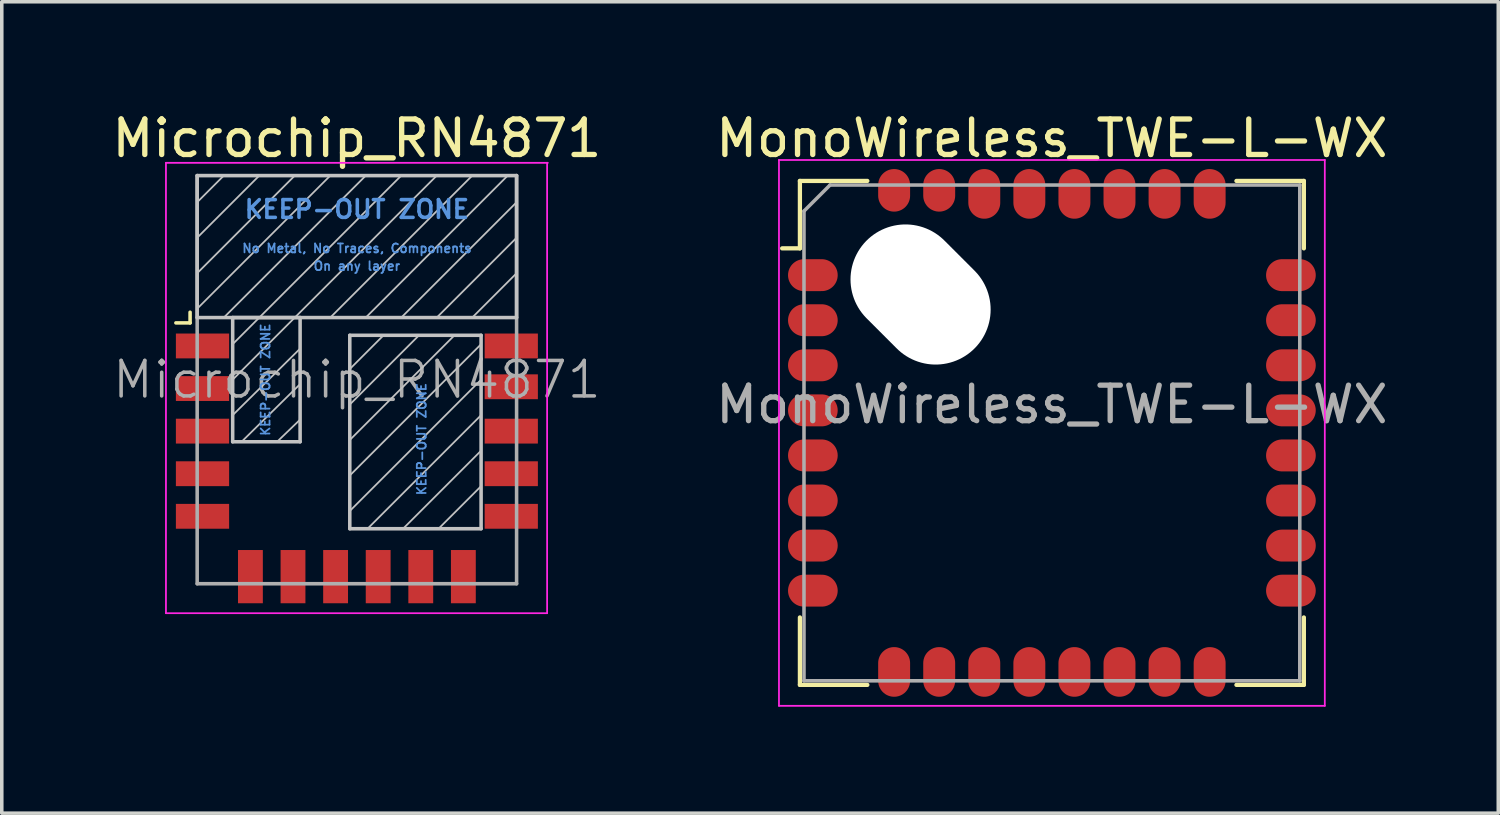
<source format=kicad_pcb>
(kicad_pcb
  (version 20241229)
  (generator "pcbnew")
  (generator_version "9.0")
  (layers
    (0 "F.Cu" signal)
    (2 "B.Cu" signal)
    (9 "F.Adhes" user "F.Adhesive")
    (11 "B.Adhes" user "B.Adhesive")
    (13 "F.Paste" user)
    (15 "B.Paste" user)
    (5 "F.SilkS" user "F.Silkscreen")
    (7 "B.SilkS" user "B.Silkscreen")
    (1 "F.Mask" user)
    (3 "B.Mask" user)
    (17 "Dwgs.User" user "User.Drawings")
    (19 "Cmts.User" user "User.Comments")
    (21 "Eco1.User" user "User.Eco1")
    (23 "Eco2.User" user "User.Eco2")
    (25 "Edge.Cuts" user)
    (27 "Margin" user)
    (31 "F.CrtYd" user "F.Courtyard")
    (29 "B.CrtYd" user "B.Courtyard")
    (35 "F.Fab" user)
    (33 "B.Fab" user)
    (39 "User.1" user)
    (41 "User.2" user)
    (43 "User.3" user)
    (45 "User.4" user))
  (footprint "MonoWireless_TWE-L-WX"
    (layer "F.Cu")
    (at 26.589 9.148)
    (property "Reference" "MonoWireless_TWE-L-WX" (at 0 -8.3 0) (layer "F.SilkS") (effects (font (size 1 1) (thickness 0.15))))
    (attr smd)
    (fp_line (start -7.1 -7.1) (end -7.1 -5.2) (stroke (width 0.12) (type solid)) (layer "F.SilkS"))
    (fp_line (start -7.1 -5.2) (end -7.6 -5.2) (stroke (width 0.12) (type solid)) (layer "F.SilkS"))
    (fp_line (start -7.1 5.2) (end -7.1 7.1) (stroke (width 0.12) (type solid)) (layer "F.SilkS"))
    (fp_line (start -7.1 7.1) (end -5.2 7.1) (stroke (width 0.12) (type solid)) (layer "F.SilkS"))
    (fp_line (start -5.2 -7.1) (end -7.1 -7.1) (stroke (width 0.12) (type solid)) (layer "F.SilkS"))
    (fp_line (start 5.2 -7.1) (end 7.1 -7.1) (stroke (width 0.12) (type solid)) (layer "F.SilkS"))
    (fp_line (start 5.2 7.1) (end 7.1 7.1) (stroke (width 0.12) (type solid)) (layer "F.SilkS"))
    (fp_line (start 7.1 -7.1) (end 7.1 -5.2) (stroke (width 0.12) (type solid)) (layer "F.SilkS"))
    (fp_line (start 7.1 7.1) (end 7.1 5.2) (stroke (width 0.12) (type solid)) (layer "F.SilkS"))
    (fp_line (start -7.69 -7.69) (end -7.69 7.69) (stroke (width 0.05) (type solid)) (layer "F.CrtYd"))
    (fp_line (start -7.69 7.69) (end 7.69 7.69) (stroke (width 0.05) (type solid)) (layer "F.CrtYd"))
    (fp_line (start 7.69 -7.69) (end -7.69 -7.69) (stroke (width 0.05) (type solid)) (layer "F.CrtYd"))
    (fp_line (start 7.69 7.69) (end 7.69 -7.69) (stroke (width 0.05) (type solid)) (layer "F.CrtYd"))
    (fp_line (start -6.985 -6.25) (end -6.985 6.985) (stroke (width 0.1) (type solid)) (layer "F.Fab"))
    (fp_line (start -6.985 6.985) (end 6.985 6.985) (stroke (width 0.1) (type solid)) (layer "F.Fab"))
    (fp_line (start -6.25 -6.985) (end -6.985 -6.25) (stroke (width 0.1) (type solid)) (layer "F.Fab"))
    (fp_line (start 6.985 -6.985) (end -6.25 -6.985) (stroke (width 0.1) (type solid)) (layer "F.Fab"))
    (fp_line (start 6.985 6.985) (end 6.985 -6.985) (stroke (width 0.1) (type solid)) (layer "F.Fab"))
    (fp_text user "${REFERENCE}" (at 0 -0.8 0) (layer "F.Fab") (effects (font (size 1 1) (thickness 0.15))))
    (pad "" np_thru_hole oval (at -3.7 -3.9 315) (size 4.3 3.1) (drill oval 4.3 3.1) (layers "*.Cu" "*.Mask"))
    (pad "1" smd oval (at -6.735 -4.445 90) (size 0.9 1.4) (layers "F.Cu" "F.Mask" "F.Paste"))
    (pad "2" smd oval (at -6.735 -3.175 90) (size 0.9 1.4) (layers "F.Cu" "F.Mask" "F.Paste"))
    (pad "3" smd oval (at -6.735 -1.905 90) (size 0.9 1.4) (layers "F.Cu" "F.Mask" "F.Paste"))
    (pad "4" smd oval (at -6.735 -0.635 90) (size 0.9 1.4) (layers "F.Cu" "F.Mask" "F.Paste"))
    (pad "5" smd oval (at -6.735 0.635 90) (size 0.9 1.4) (layers "F.Cu" "F.Mask" "F.Paste"))
    (pad "6" smd oval (at -6.735 1.905 90) (size 0.9 1.4) (layers "F.Cu" "F.Mask" "F.Paste"))
    (pad "7" smd oval (at -6.735 3.175 90) (size 0.9 1.4) (layers "F.Cu" "F.Mask" "F.Paste"))
    (pad "8" smd oval (at -6.735 4.445 90) (size 0.9 1.4) (layers "F.Cu" "F.Mask" "F.Paste"))
    (pad "9" smd oval (at -4.445 6.735) (size 0.9 1.4) (layers "F.Cu" "F.Mask" "F.Paste"))
    (pad "10" smd oval (at -3.175 6.735) (size 0.9 1.4) (layers "F.Cu" "F.Mask" "F.Paste"))
    (pad "11" smd oval (at -1.905 6.735) (size 0.9 1.4) (layers "F.Cu" "F.Mask" "F.Paste"))
    (pad "12" smd oval (at -0.635 6.735) (size 0.9 1.4) (layers "F.Cu" "F.Mask" "F.Paste"))
    (pad "13" smd oval (at 0.635 6.735) (size 0.9 1.4) (layers "F.Cu" "F.Mask" "F.Paste"))
    (pad "14" smd oval (at 1.905 6.735) (size 0.9 1.4) (layers "F.Cu" "F.Mask" "F.Paste"))
    (pad "15" smd oval (at 3.175 6.735) (size 0.9 1.4) (layers "F.Cu" "F.Mask" "F.Paste"))
    (pad "16" smd oval (at 4.445 6.735) (size 0.9 1.4) (layers "F.Cu" "F.Mask" "F.Paste"))
    (pad "17" smd oval (at 6.735 4.445 90) (size 0.9 1.4) (layers "F.Cu" "F.Mask" "F.Paste"))
    (pad "18" smd oval (at 6.735 3.175 90) (size 0.9 1.4) (layers "F.Cu" "F.Mask" "F.Paste"))
    (pad "19" smd oval (at 6.735 1.905 90) (size 0.9 1.4) (layers "F.Cu" "F.Mask" "F.Paste"))
    (pad "20" smd oval (at 6.735 0.635 90) (size 0.9 1.4) (layers "F.Cu" "F.Mask" "F.Paste"))
    (pad "21" smd oval (at 6.735 -0.635 90) (size 0.9 1.4) (layers "F.Cu" "F.Mask" "F.Paste"))
    (pad "22" smd oval (at 6.735 -1.905 90) (size 0.9 1.4) (layers "F.Cu" "F.Mask" "F.Paste"))
    (pad "23" smd oval (at 6.735 -3.175 90) (size 0.9 1.4) (layers "F.Cu" "F.Mask" "F.Paste"))
    (pad "24" smd oval (at 6.735 -4.445 90) (size 0.9 1.4) (layers "F.Cu" "F.Mask" "F.Paste"))
    (pad "25" smd oval (at 4.445 -6.735) (size 0.9 1.4) (layers "F.Cu" "F.Mask" "F.Paste"))
    (pad "26" smd oval (at 3.175 -6.735) (size 0.9 1.4) (layers "F.Cu" "F.Mask" "F.Paste"))
    (pad "27" smd oval (at 1.905 -6.735) (size 0.9 1.4) (layers "F.Cu" "F.Mask" "F.Paste"))
    (pad "28" smd oval (at 0.635 -6.735) (size 0.9 1.4) (layers "F.Cu" "F.Mask" "F.Paste"))
    (pad "29" smd oval (at -0.635 -6.735) (size 0.9 1.4) (layers "F.Cu" "F.Mask" "F.Paste"))
    (pad "30" smd oval (at -1.905 -6.735) (size 0.9 1.4) (layers "F.Cu" "F.Mask" "F.Paste"))
    (pad "31" smd oval (at -3.175 -6.835) (size 0.9 1.2) (layers "F.Cu" "F.Mask" "F.Paste"))
    (pad "32" smd oval (at -4.445 -6.835) (size 0.9 1.2) (layers "F.Cu" "F.Mask" "F.Paste")))
  (footprint "Microchip_RN4871"
    (layer "F.Cu")
    (at 7.006 10.148)
    (property "Reference" "Microchip_RN4871" (at 0 -9.3 0) (layer "F.SilkS") (effects (font (size 1 1) (thickness 0.15))))
    (attr smd)
    (fp_line (start -5.1 -4.1) (end -4.7 -4.1) (stroke (width 0.1) (type solid)) (layer "F.SilkS"))
    (fp_line (start -4.7 -4.1) (end -4.7 -4.4) (stroke (width 0.1) (type solid)) (layer "F.SilkS"))
    (fp_line (start -4.5 -7.5) (end -3.75 -8.25) (stroke (width 0.05) (type solid)) (layer "Dwgs.User"))
    (fp_line (start -4.5 -6.5) (end -2.75 -8.25) (stroke (width 0.05) (type solid)) (layer "Dwgs.User"))
    (fp_line (start -4.5 -5.5) (end -1.75 -8.25) (stroke (width 0.05) (type solid)) (layer "Dwgs.User"))
    (fp_line (start -4.5 -4.5) (end -0.75 -8.25) (stroke (width 0.05) (type solid)) (layer "Dwgs.User"))
    (fp_line (start -4.5 -4.25) (end -4.5 -8.25) (stroke (width 0.1) (type solid)) (layer "Dwgs.User"))
    (fp_line (start -4.5 -4.25) (end 4.5 -4.25) (stroke (width 0.1) (type solid)) (layer "Dwgs.User"))
    (fp_line (start -3.5 -4.25) (end -3.5 -0.75) (stroke (width 0.1) (type solid)) (layer "Dwgs.User"))
    (fp_line (start -3.5 -4.25) (end -1.6 -4.25) (stroke (width 0.1) (type solid)) (layer "Dwgs.User"))
    (fp_line (start -3.5 -1.5) (end -1.6 -3.375) (stroke (width 0.05) (type solid)) (layer "Dwgs.User"))
    (fp_line (start -3.5 -0.75) (end -1.6 -0.75) (stroke (width 0.1) (type solid)) (layer "Dwgs.User"))
    (fp_line (start -3.25 -0.75) (end -1.6 -2.375) (stroke (width 0.05) (type solid)) (layer "Dwgs.User"))
    (fp_line (start -2.75 -4.25) (end -3.5 -3.5) (stroke (width 0.05) (type solid)) (layer "Dwgs.User"))
    (fp_line (start -2.75 -4.25) (end 1.25 -8.25) (stroke (width 0.05) (type solid)) (layer "Dwgs.User"))
    (fp_line (start -2.25 -0.75) (end -1.6 -1.375) (stroke (width 0.05) (type solid)) (layer "Dwgs.User"))
    (fp_line (start -1.75 -4.25) (end -3.5 -2.5) (stroke (width 0.05) (type solid)) (layer "Dwgs.User"))
    (fp_line (start -1.75 -4.25) (end 2.25 -8.25) (stroke (width 0.05) (type solid)) (layer "Dwgs.User"))
    (fp_line (start -1.6 -0.75) (end -1.6 -4.25) (stroke (width 0.1) (type solid)) (layer "Dwgs.User"))
    (fp_line (start -0.75 -4.25) (end 3.25 -8.25) (stroke (width 0.05) (type solid)) (layer "Dwgs.User"))
    (fp_line (start -0.2 -3.75) (end -0.2 1.7) (stroke (width 0.1) (type solid)) (layer "Dwgs.User"))
    (fp_line (start -0.2 1.7) (end 3.5 1.7) (stroke (width 0.1) (type solid)) (layer "Dwgs.User"))
    (fp_line (start 0.25 -8.25) (end -3.75 -4.25) (stroke (width 0.05) (type solid)) (layer "Dwgs.User"))
    (fp_line (start 0.25 -4.25) (end 4.25 -8.25) (stroke (width 0.05) (type solid)) (layer "Dwgs.User"))
    (fp_line (start 0.3 1.7) (end 3.5 -1.5) (stroke (width 0.05) (type solid)) (layer "Dwgs.User"))
    (fp_line (start 0.75 -3.75) (end -0.2 -2.8) (stroke (width 0.05) (type solid)) (layer "Dwgs.User"))
    (fp_line (start 1.25 -4.25) (end 4.5 -7.5) (stroke (width 0.05) (type solid)) (layer "Dwgs.User"))
    (fp_line (start 1.3 1.7) (end 3.5 -0.5) (stroke (width 0.05) (type solid)) (layer "Dwgs.User"))
    (fp_line (start 1.75 -3.75) (end -0.2 -1.8) (stroke (width 0.05) (type solid)) (layer "Dwgs.User"))
    (fp_line (start 2.25 -4.25) (end 4.5 -6.5) (stroke (width 0.05) (type solid)) (layer "Dwgs.User"))
    (fp_line (start 2.3 1.7) (end 3.5 0.5) (stroke (width 0.05) (type solid)) (layer "Dwgs.User"))
    (fp_line (start 2.75 -3.75) (end -0.2 -0.8) (stroke (width 0.05) (type solid)) (layer "Dwgs.User"))
    (fp_line (start 3.25 -4.25) (end 4.5 -5.5) (stroke (width 0.05) (type solid)) (layer "Dwgs.User"))
    (fp_line (start 3.5 -3.75) (end -0.2 -3.75) (stroke (width 0.1) (type solid)) (layer "Dwgs.User"))
    (fp_line (start 3.5 -3.5) (end -0.2 0.2) (stroke (width 0.05) (type solid)) (layer "Dwgs.User"))
    (fp_line (start 3.5 -2.5) (end -0.2 1.2) (stroke (width 0.05) (type solid)) (layer "Dwgs.User"))
    (fp_line (start 3.5 1.7) (end 3.5 -3.75) (stroke (width 0.1) (type solid)) (layer "Dwgs.User"))
    (fp_line (start 4.5 -8.25) (end -4.5 -8.25) (stroke (width 0.1) (type solid)) (layer "Dwgs.User"))
    (fp_line (start 4.5 -4.25) (end 4.5 -8.25) (stroke (width 0.1) (type solid)) (layer "Dwgs.User"))
    (fp_line (start -5.38 4.08) (end -5.38 -8.61) (stroke (width 0.05) (type solid)) (layer "F.CrtYd"))
    (fp_line (start -5.38 4.08) (end 5.36 4.08) (stroke (width 0.05) (type solid)) (layer "F.CrtYd"))
    (fp_line (start 5.36 4.08) (end 5.36 -8.61) (stroke (width 0.05) (type solid)) (layer "F.CrtYd"))
    (fp_line (start 5.38 -8.61) (end -5.38 -8.61) (stroke (width 0.05) (type solid)) (layer "F.CrtYd"))
    (fp_line (start -4.5 -8.25) (end -4.5 3.25) (stroke (width 0.1) (type solid)) (layer "F.Fab"))
    (fp_line (start -4.5 3.25) (end 4.5 3.25) (stroke (width 0.1) (type solid)) (layer "F.Fab"))
    (fp_line (start 4.5 3.25) (end 4.5 -8.25) (stroke (width 0.1) (type solid)) (layer "F.Fab"))
    (fp_text user "KEEP-OUT ZONE" (at 0 -7.3 0) (layer "Cmts.User") (effects (font (size 0.5 0.5) (thickness 0.1))))
    (fp_text user "On any layer" (at 0 -5.7 0) (layer "Cmts.User") (effects (font (size 0.25 0.25) (thickness 0.05))))
    (fp_text user "No Metal, No Traces, Components" (at 0 -6.2 0) (layer "Cmts.User") (effects (font (size 0.25 0.25) (thickness 0.05))))
    (fp_text user "KEEP-OUT ZONE" (at -2.575 -2.5 90) (layer "Cmts.User") (effects (font (size 0.25 0.25) (thickness 0.05))))
    (fp_text user "KEEP-OUT ZONE" (at 1.825 -0.825 90) (layer "Cmts.User") (effects (font (size 0.25 0.25) (thickness 0.05))))
    (fp_text user "${REFERENCE}" (at 0 -2.5 0) (layer "F.Fab") (effects (font (size 1 1) (thickness 0.1))))
    (pad "1" smd rect (at -4.35 -3.45 90) (size 0.7 1.5) (layers "F.Cu" "F.Mask" "F.Paste"))
    (pad "2" smd rect (at -4.35 -2.25 90) (size 0.7 1.5) (layers "F.Cu" "F.Mask" "F.Paste"))
    (pad "3" smd rect (at -4.35 -1.05 90) (size 0.7 1.5) (layers "F.Cu" "F.Mask" "F.Paste"))
    (pad "4" smd rect (at -4.35 0.15 90) (size 0.7 1.5) (layers "F.Cu" "F.Mask" "F.Paste"))
    (pad "5" smd rect (at -4.35 1.35 90) (size 0.7 1.5) (layers "F.Cu" "F.Mask" "F.Paste"))
    (pad "6" smd rect (at -3 3.05) (size 0.7 1.5) (layers "F.Cu" "F.Mask" "F.Paste"))
    (pad "7" smd rect (at -1.8 3.05) (size 0.7 1.5) (layers "F.Cu" "F.Mask" "F.Paste"))
    (pad "8" smd rect (at -0.6 3.05) (size 0.7 1.5) (layers "F.Cu" "F.Mask" "F.Paste"))
    (pad "9" smd rect (at 0.6 3.05) (size 0.7 1.5) (layers "F.Cu" "F.Mask" "F.Paste"))
    (pad "10" smd rect (at 1.8 3.05) (size 0.7 1.5) (layers "F.Cu" "F.Mask" "F.Paste"))
    (pad "11" smd rect (at 3 3.05) (size 0.7 1.5) (layers "F.Cu" "F.Mask" "F.Paste"))
    (pad "12" smd rect (at 4.35 1.35 90) (size 0.7 1.5) (layers "F.Cu" "F.Mask" "F.Paste"))
    (pad "13" smd rect (at 4.35 0.15 90) (size 0.7 1.5) (layers "F.Cu" "F.Mask" "F.Paste"))
    (pad "14" smd rect (at 4.35 -1.05 90) (size 0.7 1.5) (layers "F.Cu" "F.Mask" "F.Paste"))
    (pad "15" smd rect (at 4.35 -2.3 90) (size 0.7 1.5) (layers "F.Cu" "F.Mask" "F.Paste"))
    (pad "16" smd rect (at 4.35 -3.45 90) (size 0.7 1.5) (layers "F.Cu" "F.Mask" "F.Paste")))
  (gr_rect
    (start -3 -3)
    (end 39.167 19.863)
    (stroke (width 0.1) (type default))
    (fill no)
    (layer "Edge.Cuts")))
</source>
